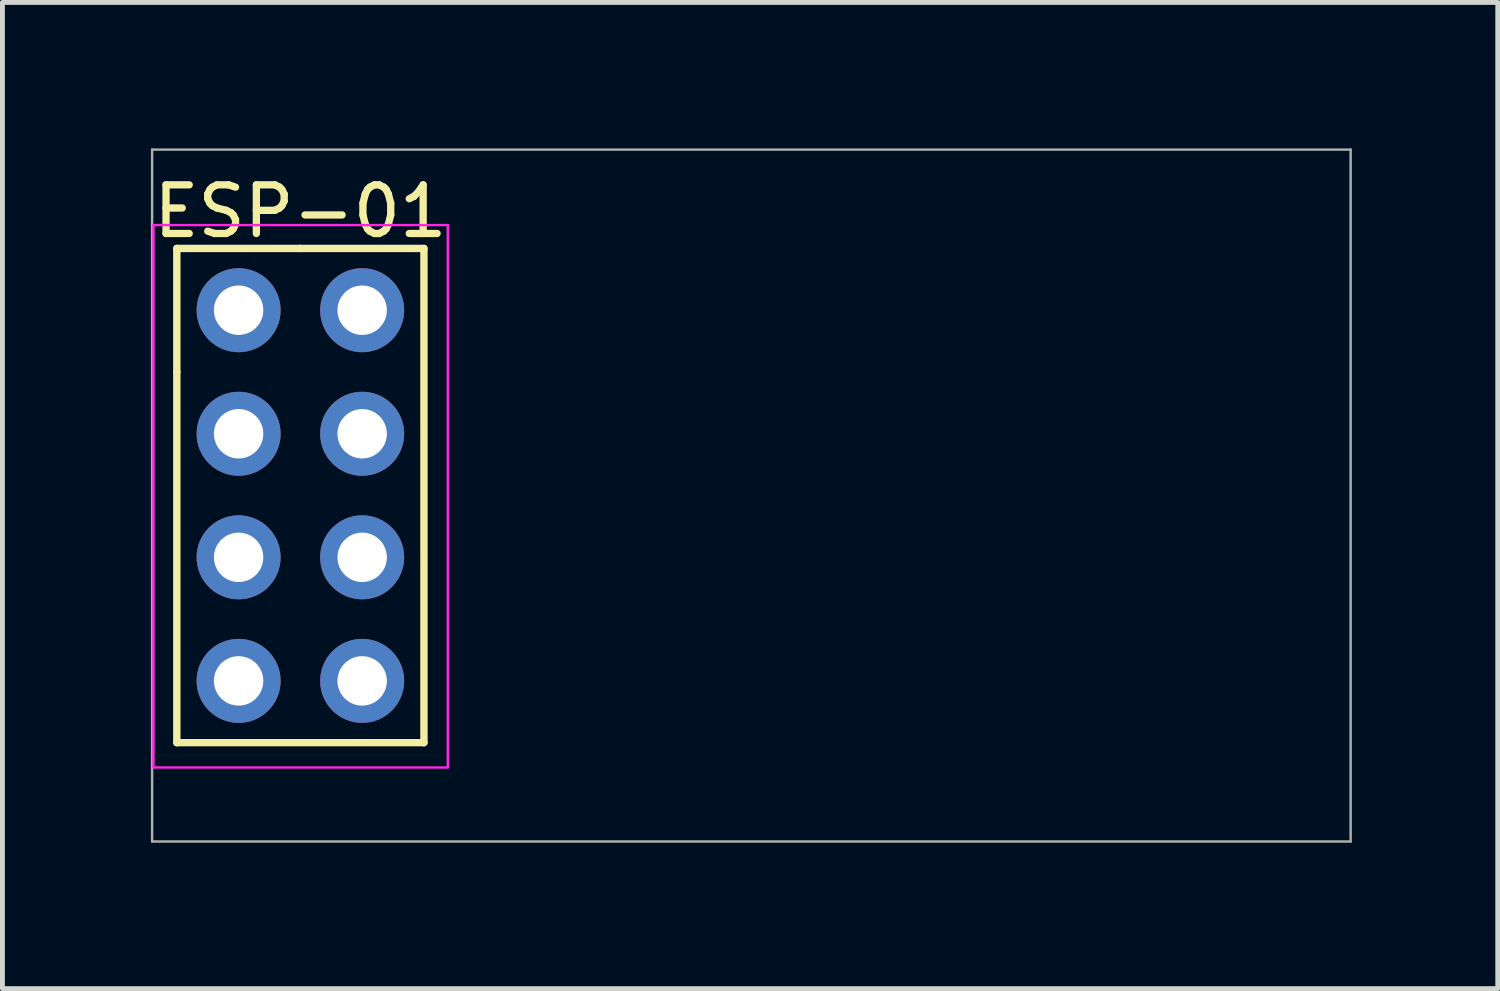
<source format=kicad_pcb>
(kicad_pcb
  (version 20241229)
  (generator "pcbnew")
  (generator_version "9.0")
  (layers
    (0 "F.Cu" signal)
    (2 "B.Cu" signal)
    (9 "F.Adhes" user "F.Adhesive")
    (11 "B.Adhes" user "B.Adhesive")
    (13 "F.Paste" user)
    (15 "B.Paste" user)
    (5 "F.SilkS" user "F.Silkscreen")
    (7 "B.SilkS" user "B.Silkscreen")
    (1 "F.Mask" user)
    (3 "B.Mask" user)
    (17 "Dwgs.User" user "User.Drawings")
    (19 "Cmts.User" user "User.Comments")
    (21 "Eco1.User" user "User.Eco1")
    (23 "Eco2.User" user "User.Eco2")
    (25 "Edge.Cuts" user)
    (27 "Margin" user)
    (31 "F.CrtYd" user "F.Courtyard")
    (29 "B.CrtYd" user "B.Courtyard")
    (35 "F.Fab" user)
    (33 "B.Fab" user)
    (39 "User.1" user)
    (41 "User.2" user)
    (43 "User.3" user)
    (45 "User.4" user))
  (footprint "ESP-01"
    (layer "F.Cu")
    (at 1.855 3.327)
    (property "Reference" "ESP-01" (at 1.27 -2.032 180) (layer "F.SilkS") (effects (font (size 1 1) (thickness 0.15))))
    (attr through_hole)
    (fp_line (start -1.27 -1.27) (end -1.27 1.27) (stroke (width 0.152) (type solid)) (layer "F.SilkS"))
    (fp_line (start -1.27 1.27) (end -1.27 8.89) (stroke (width 0.152) (type solid)) (layer "F.SilkS"))
    (fp_line (start -1.27 8.89) (end 3.81 8.89) (stroke (width 0.152) (type solid)) (layer "F.SilkS"))
    (fp_line (start 1.27 -1.27) (end -1.27 -1.27) (stroke (width 0.152) (type solid)) (layer "F.SilkS"))
    (fp_line (start 3.81 -1.27) (end 1.27 -1.27) (stroke (width 0.152) (type solid)) (layer "F.SilkS"))
    (fp_line (start 3.81 8.89) (end 3.81 -1.27) (stroke (width 0.152) (type solid)) (layer "F.SilkS"))
    (fp_line (start -1.75 -1.75) (end -1.75 9.4) (stroke (width 0.05) (type solid)) (layer "F.CrtYd"))
    (fp_line (start -1.75 -1.75) (end 4.3 -1.75) (stroke (width 0.05) (type solid)) (layer "F.CrtYd"))
    (fp_line (start -1.75 9.4) (end 4.3 9.4) (stroke (width 0.05) (type solid)) (layer "F.CrtYd"))
    (fp_line (start 4.3 -1.75) (end 4.3 9.4) (stroke (width 0.05) (type solid)) (layer "F.CrtYd"))
    (fp_line (start -1.778 -3.302) (end 22.86 -3.302) (stroke (width 0.05) (type solid)) (layer "F.Fab"))
    (fp_line (start -1.778 10.922) (end -1.778 -3.302) (stroke (width 0.05) (type solid)) (layer "F.Fab"))
    (fp_line (start 22.86 -3.302) (end 22.86 10.922) (stroke (width 0.05) (type solid)) (layer "F.Fab"))
    (fp_line (start 22.86 10.922) (end -1.778 10.922) (stroke (width 0.05) (type solid)) (layer "F.Fab"))
    (pad "1" thru_hole oval (at 0 0) (size 1.727 1.727) (drill 1.016) (layers "*.Cu" "*.Mask"))
    (pad "2" thru_hole oval (at 2.54 0) (size 1.727 1.727) (drill 1.016) (layers "*.Cu" "*.Mask"))
    (pad "3" thru_hole oval (at 0 2.54) (size 1.727 1.727) (drill 1.016) (layers "*.Cu" "*.Mask"))
    (pad "4" thru_hole oval (at 2.54 2.54) (size 1.727 1.727) (drill 1.016) (layers "*.Cu" "*.Mask"))
    (pad "5" thru_hole oval (at 0 5.08) (size 1.727 1.727) (drill 1.016) (layers "*.Cu" "*.Mask"))
    (pad "6" thru_hole oval (at 2.54 5.08) (size 1.727 1.727) (drill 1.016) (layers "*.Cu" "*.Mask"))
    (pad "7" thru_hole oval (at 0 7.62) (size 1.727 1.727) (drill 1.016) (layers "*.Cu" "*.Mask"))
    (pad "8" thru_hole oval (at 2.54 7.62) (size 1.727 1.727) (drill 1.016) (layers "*.Cu" "*.Mask")))
  (gr_rect
    (start -3 -3)
    (end 27.74 17.274)
    (stroke (width 0.1) (type default))
    (fill no)
    (layer "Edge.Cuts")))
</source>
